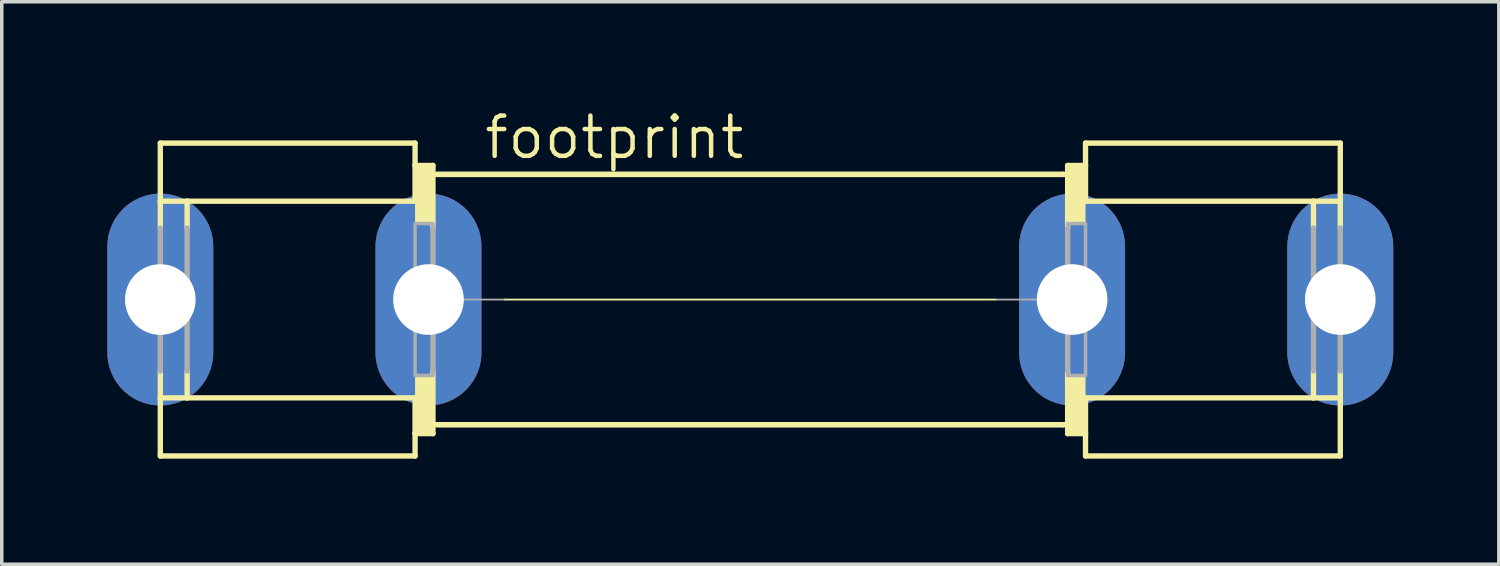
<source format=kicad_pcb>
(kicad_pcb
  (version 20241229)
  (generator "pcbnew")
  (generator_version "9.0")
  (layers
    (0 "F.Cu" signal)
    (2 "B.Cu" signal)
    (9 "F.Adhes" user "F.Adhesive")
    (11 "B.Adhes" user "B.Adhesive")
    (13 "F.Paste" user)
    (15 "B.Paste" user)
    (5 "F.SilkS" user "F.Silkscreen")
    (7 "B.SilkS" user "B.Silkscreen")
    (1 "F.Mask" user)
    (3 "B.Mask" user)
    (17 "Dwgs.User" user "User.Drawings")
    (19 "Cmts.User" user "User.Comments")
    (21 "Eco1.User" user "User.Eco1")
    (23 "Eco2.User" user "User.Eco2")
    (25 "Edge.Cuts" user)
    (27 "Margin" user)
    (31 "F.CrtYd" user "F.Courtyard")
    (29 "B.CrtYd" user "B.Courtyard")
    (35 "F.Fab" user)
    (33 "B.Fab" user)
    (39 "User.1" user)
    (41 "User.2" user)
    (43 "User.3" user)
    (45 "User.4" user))
  (footprint "footprint"
    (layer "F.Cu")
    (at 18.269 5.461)
    (property "Reference" "footprint" (at -7.62 -3.937 0) (layer "F.SilkS") (effects (font (size 1.143 1.143) (thickness 0.127)) (justify left bottom)))
    (fp_line (start -16.764 -2.794) (end -16.764 -4.445) (stroke (width 0.152) (type solid)) (layer "F.SilkS"))
    (fp_line (start -16.764 -2.032) (end -16.764 -2.794) (stroke (width 0.152) (type solid)) (layer "F.SilkS"))
    (fp_line (start -16.764 2.794) (end -16.764 2.032) (stroke (width 0.152) (type solid)) (layer "F.SilkS"))
    (fp_line (start -16.764 4.445) (end -16.764 2.794) (stroke (width 0.152) (type solid)) (layer "F.SilkS"))
    (fp_line (start -16.764 4.445) (end -9.525 4.445) (stroke (width 0.152) (type solid)) (layer "F.SilkS"))
    (fp_line (start -16.002 -2.794) (end -16.764 -2.794) (stroke (width 0.152) (type solid)) (layer "F.SilkS"))
    (fp_line (start -16.002 -2.032) (end -16.002 -2.794) (stroke (width 0.152) (type solid)) (layer "F.SilkS"))
    (fp_line (start -16.002 2.032) (end -16.002 2.794) (stroke (width 0.152) (type solid)) (layer "F.SilkS"))
    (fp_line (start -16.002 2.794) (end -16.764 2.794) (stroke (width 0.152) (type solid)) (layer "F.SilkS"))
    (fp_line (start -9.525 -4.445) (end -16.764 -4.445) (stroke (width 0.152) (type solid)) (layer "F.SilkS"))
    (fp_line (start -9.525 -3.81) (end -9.525 -4.445) (stroke (width 0.152) (type solid)) (layer "F.SilkS"))
    (fp_line (start -9.525 -3.81) (end -9.525 -2.794) (stroke (width 0.152) (type solid)) (layer "F.SilkS"))
    (fp_line (start -9.525 -3.81) (end -9.017 -3.81) (stroke (width 0.152) (type solid)) (layer "F.SilkS"))
    (fp_line (start -9.525 -2.794) (end -16.002 -2.794) (stroke (width 0.152) (type solid)) (layer "F.SilkS"))
    (fp_line (start -9.525 2.794) (end -16.002 2.794) (stroke (width 0.152) (type solid)) (layer "F.SilkS"))
    (fp_line (start -9.525 3.81) (end -9.525 2.794) (stroke (width 0.152) (type solid)) (layer "F.SilkS"))
    (fp_line (start -9.525 3.81) (end -9.525 4.445) (stroke (width 0.152) (type solid)) (layer "F.SilkS"))
    (fp_line (start -9.017 -3.81) (end -9.017 -3.556) (stroke (width 0.152) (type solid)) (layer "F.SilkS"))
    (fp_line (start -9.017 -3.556) (end 8.89 -3.556) (stroke (width 0.152) (type solid)) (layer "F.SilkS"))
    (fp_line (start -9.017 -2.032) (end -9.017 -3.556) (stroke (width 0.152) (type solid)) (layer "F.SilkS"))
    (fp_line (start -9.017 2.032) (end -9.017 3.556) (stroke (width 0.152) (type solid)) (layer "F.SilkS"))
    (fp_line (start -9.017 3.556) (end -9.017 3.81) (stroke (width 0.152) (type solid)) (layer "F.SilkS"))
    (fp_line (start -9.017 3.81) (end -9.525 3.81) (stroke (width 0.152) (type solid)) (layer "F.SilkS"))
    (fp_line (start -8.89 -3.556) (end 8.89 -3.556) (stroke (width 0.152) (type solid)) (layer "F.SilkS"))
    (fp_line (start -6.985 0) (end 6.985 0) (stroke (width 0.051) (type solid)) (layer "F.SilkS"))
    (fp_line (start 8.89 -3.556) (end 9.017 -3.556) (stroke (width 0.152) (type solid)) (layer "F.SilkS"))
    (fp_line (start 8.89 3.556) (end -9.017 3.556) (stroke (width 0.152) (type solid)) (layer "F.SilkS"))
    (fp_line (start 8.89 3.556) (end -8.89 3.556) (stroke (width 0.152) (type solid)) (layer "F.SilkS"))
    (fp_line (start 9.017 -3.81) (end 9.525 -3.81) (stroke (width 0.152) (type solid)) (layer "F.SilkS"))
    (fp_line (start 9.017 -3.556) (end 9.017 -3.81) (stroke (width 0.152) (type solid)) (layer "F.SilkS"))
    (fp_line (start 9.017 -2.032) (end 9.017 -3.556) (stroke (width 0.152) (type solid)) (layer "F.SilkS"))
    (fp_line (start 9.017 2.032) (end 9.017 3.556) (stroke (width 0.152) (type solid)) (layer "F.SilkS"))
    (fp_line (start 9.017 3.556) (end 8.89 3.556) (stroke (width 0.152) (type solid)) (layer "F.SilkS"))
    (fp_line (start 9.017 3.81) (end 9.017 3.556) (stroke (width 0.152) (type solid)) (layer "F.SilkS"))
    (fp_line (start 9.525 -3.81) (end 9.525 -4.445) (stroke (width 0.152) (type solid)) (layer "F.SilkS"))
    (fp_line (start 9.525 -3.81) (end 9.525 -2.794) (stroke (width 0.152) (type solid)) (layer "F.SilkS"))
    (fp_line (start 9.525 -2.794) (end 16.002 -2.794) (stroke (width 0.152) (type solid)) (layer "F.SilkS"))
    (fp_line (start 9.525 2.794) (end 16.002 2.794) (stroke (width 0.152) (type solid)) (layer "F.SilkS"))
    (fp_line (start 9.525 3.81) (end 9.017 3.81) (stroke (width 0.152) (type solid)) (layer "F.SilkS"))
    (fp_line (start 9.525 3.81) (end 9.525 2.794) (stroke (width 0.152) (type solid)) (layer "F.SilkS"))
    (fp_line (start 9.525 3.81) (end 9.525 4.445) (stroke (width 0.152) (type solid)) (layer "F.SilkS"))
    (fp_line (start 9.525 4.445) (end 16.764 4.445) (stroke (width 0.152) (type solid)) (layer "F.SilkS"))
    (fp_line (start 16.002 -2.794) (end 16.764 -2.794) (stroke (width 0.152) (type solid)) (layer "F.SilkS"))
    (fp_line (start 16.002 -2.032) (end 16.002 -2.794) (stroke (width 0.152) (type solid)) (layer "F.SilkS"))
    (fp_line (start 16.002 2.032) (end 16.002 2.794) (stroke (width 0.152) (type solid)) (layer "F.SilkS"))
    (fp_line (start 16.002 2.794) (end 16.764 2.794) (stroke (width 0.152) (type solid)) (layer "F.SilkS"))
    (fp_line (start 16.764 -4.445) (end 9.525 -4.445) (stroke (width 0.152) (type solid)) (layer "F.SilkS"))
    (fp_line (start 16.764 -4.445) (end 16.764 -2.794) (stroke (width 0.152) (type solid)) (layer "F.SilkS"))
    (fp_line (start 16.764 -2.794) (end 16.764 -2.032) (stroke (width 0.152) (type solid)) (layer "F.SilkS"))
    (fp_line (start 16.764 2.032) (end 16.764 2.794) (stroke (width 0.152) (type solid)) (layer "F.SilkS"))
    (fp_line (start 16.764 2.794) (end 16.764 4.445) (stroke (width 0.152) (type solid)) (layer "F.SilkS"))
    (fp_poly (pts (xy -9.525 -2.159) (xy -9.017 -2.159) (xy -9.017 -3.81) (xy -9.525 -3.81)) (stroke (width 0) (type solid)) (fill yes) (layer "F.SilkS"))
    (fp_poly (pts (xy -9.525 3.81) (xy -9.017 3.81) (xy -9.017 2.159) (xy -9.525 2.159)) (stroke (width 0) (type solid)) (fill yes) (layer "F.SilkS"))
    (fp_poly (pts (xy 9.017 -2.159) (xy 9.525 -2.159) (xy 9.525 -3.81) (xy 9.017 -3.81)) (stroke (width 0) (type solid)) (fill yes) (layer "F.SilkS"))
    (fp_poly (pts (xy 9.017 3.81) (xy 9.525 3.81) (xy 9.525 2.159) (xy 9.017 2.159)) (stroke (width 0) (type solid)) (fill yes) (layer "F.SilkS"))
    (fp_line (start -16.764 -2.032) (end -16.764 2.032) (stroke (width 0.152) (type solid)) (layer "F.Fab"))
    (fp_line (start -16.002 -2.032) (end -16.002 2.032) (stroke (width 0.152) (type solid)) (layer "F.Fab"))
    (fp_line (start -9.017 -2.032) (end -9.017 0) (stroke (width 0.152) (type solid)) (layer "F.Fab"))
    (fp_line (start -9.017 0) (end -9.017 2.032) (stroke (width 0.152) (type solid)) (layer "F.Fab"))
    (fp_line (start -9.017 0) (end -6.985 0) (stroke (width 0.051) (type solid)) (layer "F.Fab"))
    (fp_line (start 9.017 0) (end 6.985 0) (stroke (width 0.051) (type solid)) (layer "F.Fab"))
    (fp_line (start 9.017 0) (end 9.017 -2.032) (stroke (width 0.152) (type solid)) (layer "F.Fab"))
    (fp_line (start 9.017 2.032) (end 9.017 0) (stroke (width 0.152) (type solid)) (layer "F.Fab"))
    (fp_line (start 16.002 2.032) (end 16.002 -2.032) (stroke (width 0.152) (type solid)) (layer "F.Fab"))
    (fp_line (start 16.764 2.032) (end 16.764 -2.032) (stroke (width 0.152) (type solid)) (layer "F.Fab"))
    (fp_poly (pts (xy -9.525 2.159) (xy -9.017 2.159) (xy -9.017 -2.159) (xy -9.525 -2.159)) (stroke (width 0.1) (type solid)) (fill no) (layer "F.Fab"))
    (fp_poly (pts (xy 9.017 2.159) (xy 9.525 2.159) (xy 9.525 -2.159) (xy 9.017 -2.159)) (stroke (width 0.1) (type solid)) (fill no) (layer "F.Fab"))
    (pad "1A" thru_hole oval (at -16.764 0 90) (size 6.02 3.01) (drill 2.007) (layers "*.Cu" "*.Mask"))
    (pad "1B" thru_hole oval (at -9.144 0 90) (size 6.02 3.01) (drill 2.007) (layers "*.Cu" "*.Mask"))
    (pad "2A" thru_hole oval (at 9.144 0 90) (size 6.02 3.01) (drill 2.007) (layers "*.Cu" "*.Mask"))
    (pad "2B" thru_hole oval (at 16.764 0 90) (size 6.02 3.01) (drill 2.007) (layers "*.Cu" "*.Mask")))
  (gr_rect
    (start -3 -3)
    (end 39.538 12.982)
    (stroke (width 0.1) (type default))
    (fill no)
    (layer "Edge.Cuts")))
</source>
